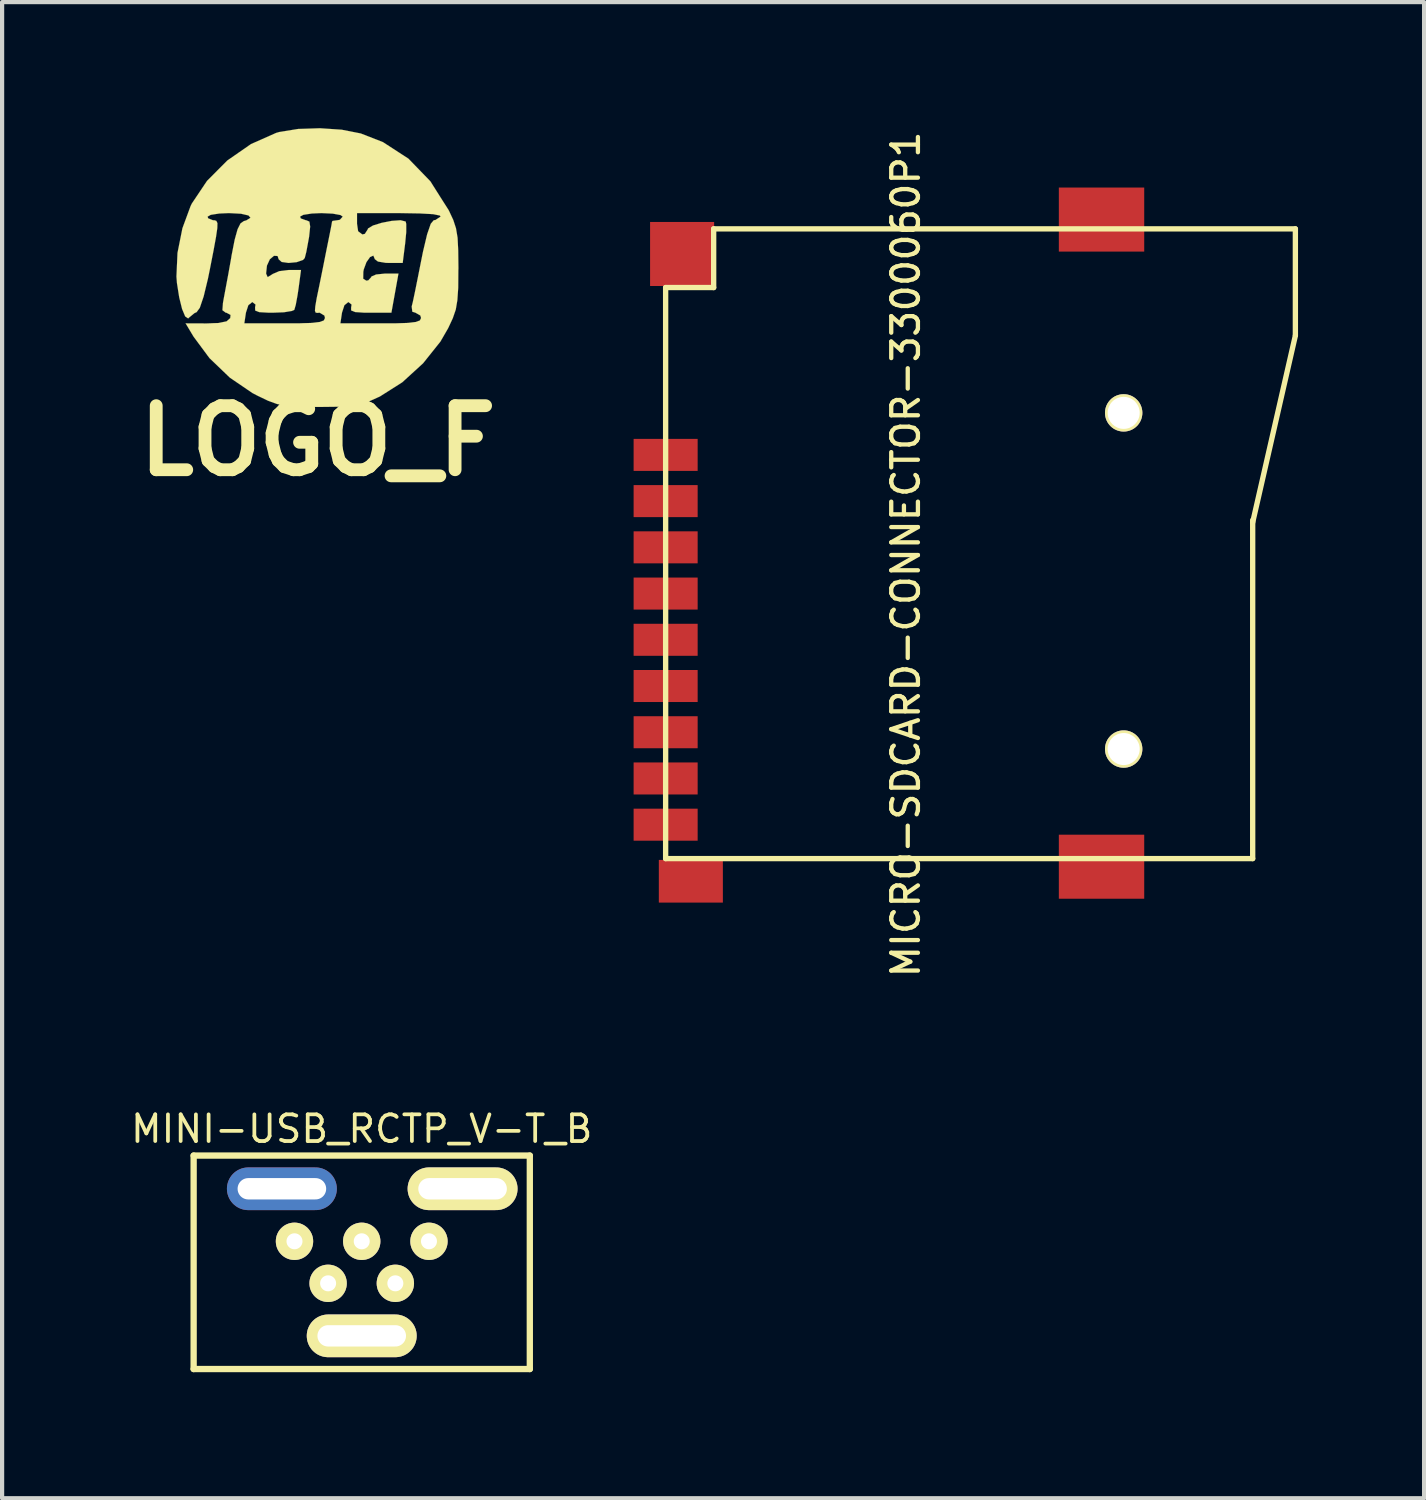
<source format=kicad_pcb>
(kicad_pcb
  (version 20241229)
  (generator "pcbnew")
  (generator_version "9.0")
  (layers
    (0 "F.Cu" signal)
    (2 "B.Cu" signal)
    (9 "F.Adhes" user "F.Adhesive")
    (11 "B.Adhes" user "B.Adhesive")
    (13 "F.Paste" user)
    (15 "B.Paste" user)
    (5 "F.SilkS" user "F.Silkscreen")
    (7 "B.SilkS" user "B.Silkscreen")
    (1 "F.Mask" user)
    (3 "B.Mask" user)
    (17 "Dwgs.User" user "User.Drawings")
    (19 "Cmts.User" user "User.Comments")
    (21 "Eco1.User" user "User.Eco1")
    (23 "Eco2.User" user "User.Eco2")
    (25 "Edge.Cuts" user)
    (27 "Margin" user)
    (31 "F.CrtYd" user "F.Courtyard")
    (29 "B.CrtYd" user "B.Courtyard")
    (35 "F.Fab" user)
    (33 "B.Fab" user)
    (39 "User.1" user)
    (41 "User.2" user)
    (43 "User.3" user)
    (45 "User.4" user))
  (footprint "MICRO-SDCARD-CONNECTOR-3300060P1"
    (layer "F.Cu")
    (at 20.283 9.889)
    (property "Reference" "MICRO-SDCARD-CONNECTOR-3300060P1" (at -1.778 0.254 90) (layer "F.SilkS") (effects (font (size 0.635 0.635) (thickness 0.102))))
    (attr smd)
    (fp_line (start -7.493 -6.096) (end -6.35 -6.096) (stroke (width 0.127) (type solid)) (layer "F.SilkS"))
    (fp_line (start -7.493 7.493) (end -7.493 -6.096) (stroke (width 0.127) (type solid)) (layer "F.SilkS"))
    (fp_line (start -7.493 7.493) (end 6.477 7.493) (stroke (width 0.127) (type solid)) (layer "F.SilkS"))
    (fp_line (start -6.35 -7.493) (end 7.493 -7.493) (stroke (width 0.127) (type solid)) (layer "F.SilkS"))
    (fp_line (start -6.35 -6.096) (end -6.35 -7.493) (stroke (width 0.127) (type solid)) (layer "F.SilkS"))
    (fp_line (start 6.477 7.493) (end 6.477 -0.559) (stroke (width 0.127) (type solid)) (layer "F.SilkS"))
    (fp_line (start 7.493 -7.493) (end 7.493 -4.962) (stroke (width 0.127) (type solid)) (layer "F.SilkS"))
    (fp_line (start 7.493 -4.953) (end 6.477 -0.508) (stroke (width 0.127) (type solid)) (layer "F.SilkS"))
    (pad "" thru_hole circle (at 3.407 -3.114) (size 0.889 0.889) (drill 0.762) (layers "*.Cu" "*.Mask" "F.SilkS"))
    (pad "" thru_hole circle (at 3.407 4.886) (size 0.889 0.889) (drill 0.762) (layers "*.Cu" "*.Mask" "F.SilkS"))
    (pad "1" smd rect (at -7.493 -2.114) (size 1.524 0.762) (layers "F.Cu" "F.Mask" "F.Paste"))
    (pad "2" smd rect (at -7.493 -1.014) (size 1.524 0.762) (layers "F.Cu" "F.Mask" "F.Paste"))
    (pad "3" smd rect (at -7.493 0.086) (size 1.524 0.762) (layers "F.Cu" "F.Mask" "F.Paste"))
    (pad "4" smd rect (at -7.493 1.186) (size 1.524 0.762) (layers "F.Cu" "F.Mask" "F.Paste"))
    (pad "5" smd rect (at -7.493 2.286) (size 1.524 0.762) (layers "F.Cu" "F.Mask" "F.Paste"))
    (pad "6" smd rect (at -7.493 3.386) (size 1.524 0.762) (layers "F.Cu" "F.Mask" "F.Paste"))
    (pad "7" smd rect (at -7.493 4.486) (size 1.524 0.762) (layers "F.Cu" "F.Mask" "F.Paste"))
    (pad "8" smd rect (at -7.493 5.586) (size 1.524 0.762) (layers "F.Cu" "F.Mask" "F.Paste"))
    (pad "9" smd rect (at -7.493 6.686) (size 1.524 0.762) (layers "F.Cu" "F.Mask" "F.Paste"))
    (pad "G1" smd rect (at -6.893 8.032) (size 1.524 1.016) (layers "F.Cu" "F.Mask" "F.Paste"))
    (pad "G2" smd rect (at 2.88 7.686) (size 2.032 1.524) (layers "F.Cu" "F.Mask" "F.Paste"))
    (pad "G3" smd rect (at 2.88 -7.714) (size 2.032 1.524) (layers "F.Cu" "F.Mask" "F.Paste"))
    (pad "G4" smd rect (at -7.101 -6.895) (size 1.524 1.524) (layers "F.Cu" "F.Mask" "F.Paste")))
  (footprint "MINI-USB_RCTP_V-T_B"
    (layer "F.Cu")
    (at 5.558 26.989)
    (property "Reference" "MINI-USB_RCTP_V-T_B" (at 0 -3.175 0) (layer "F.SilkS") (effects (font (size 0.635 0.635) (thickness 0.089))))
    (attr smd)
    (fp_line (start -4 2.54) (end -4 -2.54) (stroke (width 0.15) (type solid)) (layer "F.SilkS"))
    (fp_line (start -4 -2.54) (end 4 -2.54) (stroke (width 0.15) (type solid)) (layer "F.SilkS"))
    (fp_line (start 4 -2.54) (end 4 2.54) (stroke (width 0.15) (type solid)) (layer "F.SilkS"))
    (fp_line (start 4 2.54) (end -4 2.54) (stroke (width 0.15) (type solid)) (layer "F.SilkS"))
    (pad "1" thru_hole circle (at -1.6 -0.5) (size 0.889 0.889) (drill 0.381) (layers "*.Cu" "*.Mask" "F.SilkS"))
    (pad "2" thru_hole circle (at -0.8 0.5) (size 0.889 0.889) (drill 0.381) (layers "*.Cu" "*.Mask" "F.SilkS"))
    (pad "3" thru_hole circle (at 0 -0.5) (size 0.889 0.889) (drill 0.381) (layers "*.Cu" "*.Mask" "F.SilkS"))
    (pad "4" thru_hole circle (at 0.8 0.5) (size 0.889 0.889) (drill 0.381) (layers "*.Cu" "*.Mask" "F.SilkS"))
    (pad "5" thru_hole circle (at 1.6 -0.5) (size 0.889 0.889) (drill 0.381) (layers "*.Cu" "*.Mask" "F.SilkS"))
    (pad "6" thru_hole oval (at -1.9 -1.75 90) (size 1.016 2.616) (drill oval 0.508 2.108) (layers "*.Cu" "*.Mask"))
    (pad "6" thru_hole oval (at 0 1.75 90) (size 1.016 2.616) (drill oval 0.508 2.108) (layers "*.Cu" "*.Mask" "F.SilkS"))
    (pad "6" thru_hole oval (at 2.4 -1.75 90) (size 1.016 2.616) (drill oval 0.508 2.108) (layers "*.Cu" "*.Mask" "F.SilkS")))
  (footprint "LOGO_F"
    (layer "F.Cu")
    (at 4.514 3.291)
    (property "Reference" "LOGO_F" (at 0 4.148 0) (layer "F.SilkS") (effects (font (size 1.524 1.524) (thickness 0.305))))
    (attr through_hole)
    (fp_poly (pts (xy 3.345 0.043) (xy 3.34 -0.381) (xy 3.325 -0.683) (xy 3.287 -0.909) (xy 3.223 -1.105) (xy 3.122 -1.321) (xy 3.109 -1.346) (xy 2.921 -1.641) (xy 2.921 -1.186) (xy 2.797 -1.105) (xy 2.758 -1.1) (xy 2.687 -1.016) (xy 2.601 -0.767) (xy 2.502 -0.351) (xy 2.461 -0.147) (xy 2.383 0.246) (xy 2.314 0.589) (xy 2.261 0.841) (xy 2.233 0.953) (xy 2.248 1.077) (xy 2.322 1.1) (xy 2.438 1.166) (xy 2.456 1.227) (xy 2.428 1.285) (xy 2.332 1.321) (xy 2.139 1.344) (xy 1.824 1.354) (xy 1.496 1.354) (xy 0.536 1.354) (xy 0.574 1.1) (xy 0.632 0.922) (xy 0.724 0.848) (xy 0.726 0.846) (xy 0.803 0.907) (xy 0.792 0.975) (xy 0.792 1.046) (xy 0.889 1.085) (xy 1.107 1.1) (xy 1.247 1.1) (xy 1.75 1.1) (xy 1.834 0.635) (xy 1.918 0.17) (xy 1.593 0.17) (xy 1.387 0.191) (xy 1.275 0.239) (xy 1.27 0.254) (xy 1.201 0.33) (xy 1.153 0.338) (xy 1.079 0.292) (xy 1.082 0.127) (xy 1.092 0.071) (xy 1.156 -0.102) (xy 1.242 -0.224) (xy 1.321 -0.259) (xy 1.354 -0.178) (xy 1.354 -0.175) (xy 1.43 -0.117) (xy 1.615 -0.086) (xy 1.687 -0.084) (xy 2.019 -0.084) (xy 2.078 -0.554) (xy 2.103 -0.818) (xy 2.103 -1.011) (xy 2.09 -1.069) (xy 1.968 -1.1) (xy 1.76 -1.085) (xy 1.521 -1.039) (xy 1.313 -0.975) (xy 1.194 -0.904) (xy 1.186 -0.881) (xy 1.118 -0.775) (xy 1.059 -0.762) (xy 0.958 -0.838) (xy 0.932 -1.016) (xy 0.932 -1.27) (xy 1.951 -1.27) (xy 2.421 -1.262) (xy 2.741 -1.245) (xy 2.903 -1.212) (xy 2.921 -1.186) (xy 2.921 -1.641) (xy 2.677 -2.027) (xy 2.156 -2.565) (xy 1.549 -2.959) (xy 1.021 -3.165) (xy 0.592 -3.249) (xy 0.592 -1.186) (xy 0.523 -1.11) (xy 0.465 -1.1) (xy 0.353 -1.085) (xy 0.338 -1.069) (xy 0.323 -0.98) (xy 0.279 -0.757) (xy 0.213 -0.432) (xy 0.135 -0.041) (xy 0.127 0) (xy 0.036 0.45) (xy -0.028 0.757) (xy -0.061 0.95) (xy -0.069 1.054) (xy -0.053 1.097) (xy -0.015 1.105) (xy 0.043 1.1) (xy 0.155 1.168) (xy 0.17 1.227) (xy 0.142 1.285) (xy 0.046 1.321) (xy -0.147 1.344) (xy -0.462 1.354) (xy -0.79 1.354) (xy -1.75 1.354) (xy -1.712 1.1) (xy -1.654 0.922) (xy -1.562 0.848) (xy -1.56 0.846) (xy -1.483 0.907) (xy -1.494 0.973) (xy -1.491 1.049) (xy -1.394 1.087) (xy -1.168 1.1) (xy -1.072 1.1) (xy -0.808 1.09) (xy -0.62 1.059) (xy -0.561 1.034) (xy -0.526 0.914) (xy -0.485 0.691) (xy -0.46 0.526) (xy -0.401 0.084) (xy -0.693 0.084) (xy -0.919 0.112) (xy -1.077 0.18) (xy -1.082 0.185) (xy -1.194 0.254) (xy -1.232 0.17) (xy -1.212 -0.02) (xy -1.143 -0.17) (xy -1.044 -0.254) (xy -0.958 -0.249) (xy -0.932 -0.17) (xy -0.861 -0.107) (xy -0.696 -0.084) (xy -0.505 -0.102) (xy -0.353 -0.155) (xy -0.312 -0.201) (xy -0.274 -0.351) (xy -0.229 -0.594) (xy -0.208 -0.709) (xy -0.183 -0.95) (xy -0.201 -1.067) (xy -0.277 -1.1) (xy -0.287 -1.1) (xy -0.406 -1.143) (xy -0.424 -1.186) (xy -0.345 -1.229) (xy -0.145 -1.26) (xy 0.084 -1.27) (xy 0.356 -1.257) (xy 0.538 -1.224) (xy 0.592 -1.186) (xy 0.592 -3.249) (xy 0.572 -3.254) (xy 0.051 -3.289) (xy -0.47 -3.272) (xy -0.917 -3.2) (xy -0.993 -3.178) (xy -1.59 -2.913) (xy -2.154 -2.522) (xy -2.637 -2.037) (xy -3 -1.496) (xy -3.03 -1.433) (xy -3.223 -0.909) (xy -3.34 -0.323) (xy -3.365 0.241) (xy -3.353 0.396) (xy -3.299 0.737) (xy -3.231 1.011) (xy -3.157 1.189) (xy -3.086 1.237) (xy -3.066 1.217) (xy -2.936 1.11) (xy -2.885 1.087) (xy -2.809 0.983) (xy -2.718 0.714) (xy -2.616 0.292) (xy -2.573 0.081) (xy -2.482 -0.384) (xy -2.423 -0.706) (xy -2.393 -0.914) (xy -2.39 -1.031) (xy -2.416 -1.085) (xy -2.464 -1.1) (xy -2.497 -1.1) (xy -2.611 -1.146) (xy -2.624 -1.186) (xy -2.548 -1.229) (xy -2.347 -1.26) (xy -2.116 -1.27) (xy -1.829 -1.255) (xy -1.651 -1.214) (xy -1.603 -1.158) (xy -1.702 -1.097) (xy -1.763 -1.079) (xy -1.841 -1.024) (xy -1.91 -0.886) (xy -1.979 -0.638) (xy -2.055 -0.251) (xy -2.062 -0.203) (xy -2.131 0.183) (xy -2.195 0.526) (xy -2.243 0.782) (xy -2.258 0.869) (xy -2.271 1.041) (xy -2.192 1.1) (xy -2.172 1.102) (xy -2.078 1.153) (xy -2.085 1.229) (xy -2.172 1.306) (xy -2.367 1.346) (xy -2.642 1.356) (xy -3.147 1.354) (xy -2.957 1.671) (xy -2.578 2.182) (xy -2.093 2.647) (xy -1.557 3.012) (xy -1.44 3.073) (xy -1.186 3.195) (xy -0.975 3.272) (xy -0.757 3.317) (xy -0.485 3.338) (xy -0.107 3.343) (xy 0.041 3.343) (xy 0.465 3.338) (xy 0.77 3.322) (xy 1.001 3.284) (xy 1.206 3.216) (xy 1.438 3.111) (xy 1.476 3.094) (xy 2.009 2.756) (xy 2.504 2.304) (xy 2.916 1.788) (xy 3.101 1.468) (xy 3.211 1.232) (xy 3.282 1.026) (xy 3.32 0.8) (xy 3.34 0.505) (xy 3.343 0.094) (xy 3.345 0.043)) (stroke (width 0.003) (type solid)) (fill yes) (layer "F.SilkS")))
  (gr_rect
    (start -3 -3)
    (end 30.839 32.604)
    (stroke (width 0.1) (type default))
    (fill no)
    (layer "Edge.Cuts")))
</source>
